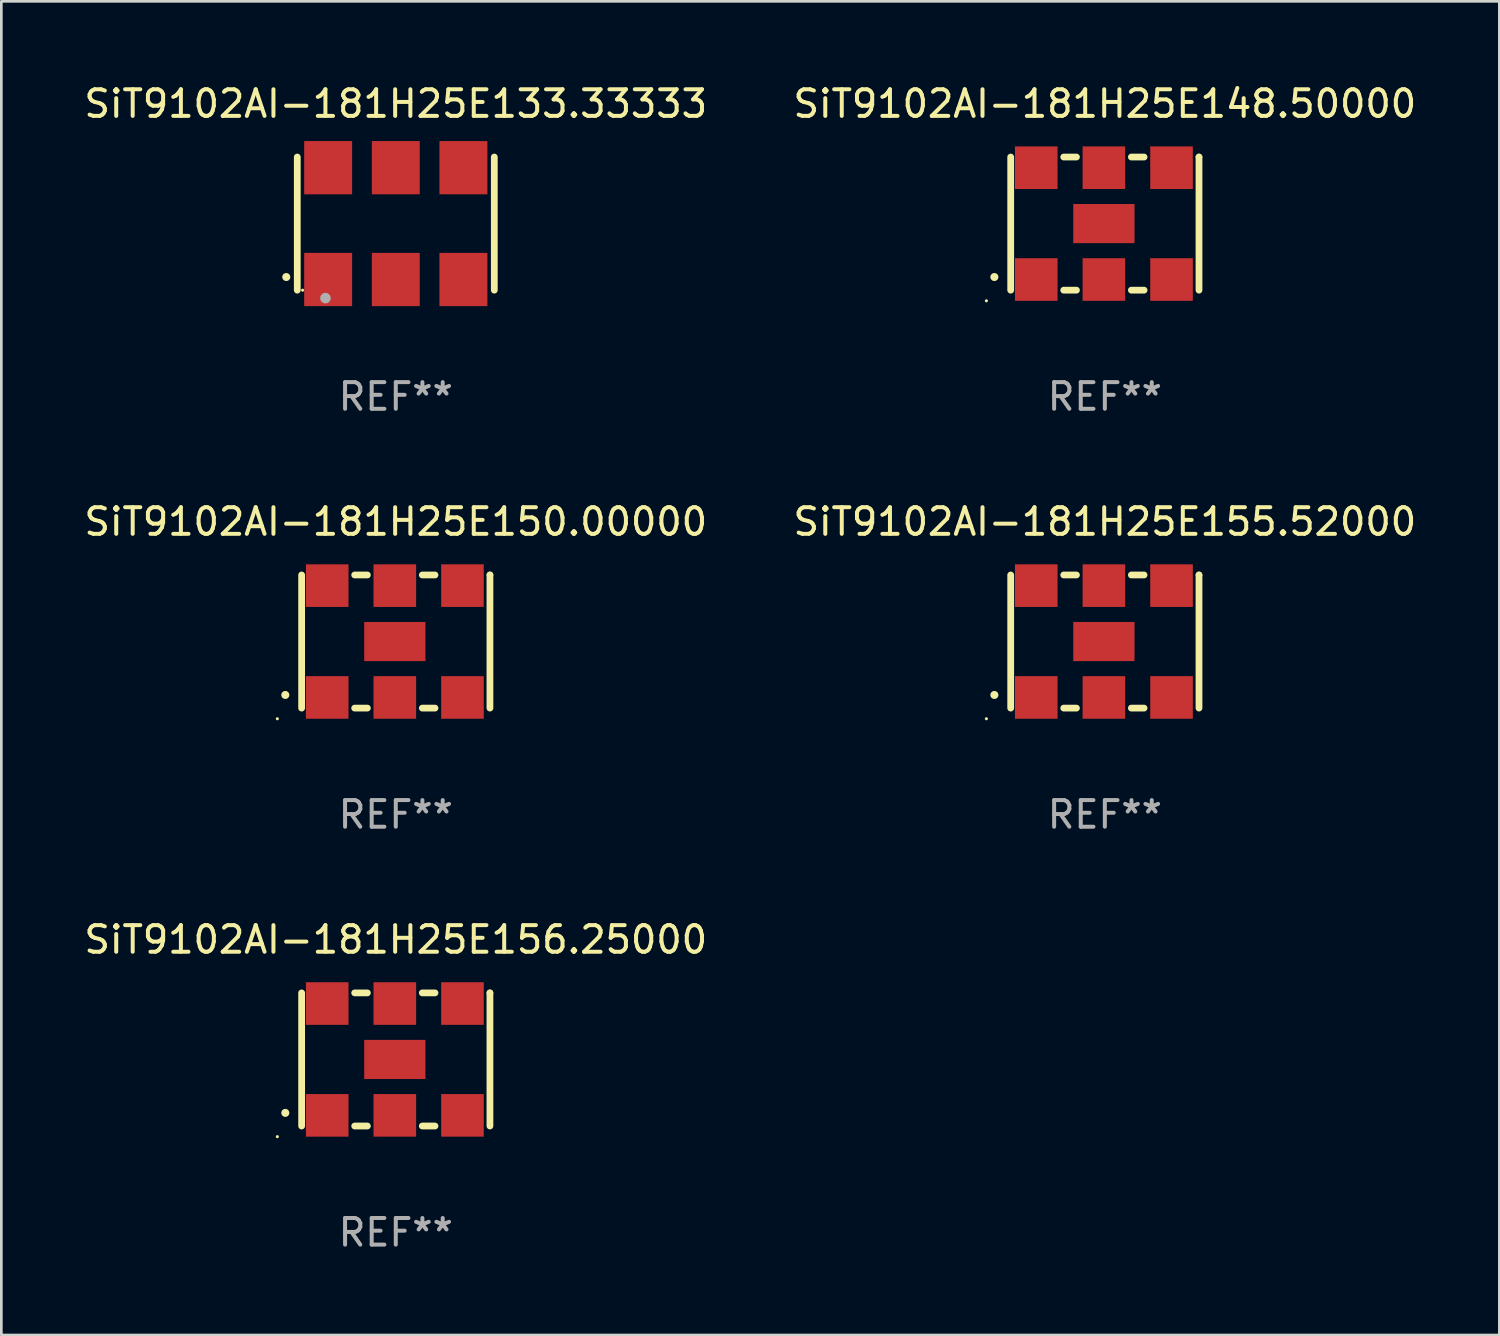
<source format=kicad_pcb>
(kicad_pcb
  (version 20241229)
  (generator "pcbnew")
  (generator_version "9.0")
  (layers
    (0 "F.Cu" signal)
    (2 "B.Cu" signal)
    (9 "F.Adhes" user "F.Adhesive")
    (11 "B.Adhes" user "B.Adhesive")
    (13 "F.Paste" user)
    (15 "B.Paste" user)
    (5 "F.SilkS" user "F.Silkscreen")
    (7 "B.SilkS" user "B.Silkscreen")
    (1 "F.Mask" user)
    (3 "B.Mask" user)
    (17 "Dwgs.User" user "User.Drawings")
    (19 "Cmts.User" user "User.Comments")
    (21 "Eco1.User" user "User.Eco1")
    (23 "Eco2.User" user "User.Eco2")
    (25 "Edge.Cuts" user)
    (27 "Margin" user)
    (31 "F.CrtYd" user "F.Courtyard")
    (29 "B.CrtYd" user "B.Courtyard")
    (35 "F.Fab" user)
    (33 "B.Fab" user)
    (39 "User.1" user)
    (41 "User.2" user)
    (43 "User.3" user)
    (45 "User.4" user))
  (footprint "SiT9102AI-181H25E150.00000"
    (layer "F.Cu")
    (at 11.815 21.045)
    (property "Reference" "SiT9102AI-181H25E150.00000" (at 0 -4.5 0) (layer "F.SilkS") (effects (font (size 1 1) (thickness 0.15))))
    (attr through_hole)
    (fp_line (start -3.536 -2.5) (end -3.536 2.5) (stroke (width 0.254) (type solid)) (layer "F.SilkS"))
    (fp_line (start -1.544 2.5) (end -1.067 2.5) (stroke (width 0.254) (type solid)) (layer "F.SilkS"))
    (fp_line (start -1.067 -2.5) (end -1.544 -2.5) (stroke (width 0.254) (type solid)) (layer "F.SilkS"))
    (fp_line (start 0.996 2.5) (end 1.473 2.5) (stroke (width 0.254) (type solid)) (layer "F.SilkS"))
    (fp_line (start 1.473 -2.5) (end 0.996 -2.5) (stroke (width 0.254) (type solid)) (layer "F.SilkS"))
    (fp_line (start 3.536 -2.5) (end 3.536 -2.5) (stroke (width 0.254) (type solid)) (layer "F.SilkS"))
    (fp_line (start 3.536 2.5) (end 3.536 -2.5) (stroke (width 0.254) (type solid)) (layer "F.SilkS"))
    (fp_arc (start -4.150432 2.006604) (mid -4.149162 2.006599) (end -4.147892 2.006604) (stroke (width 0.3) (type solid)) (layer "F.SilkS"))
    (fp_circle (center -4.449 2.9) (end -4.419 2.9) (stroke (width 0.06) (type solid)) (fill no) (layer "F.SilkS"))
    (fp_text user "REF**" (at 0 6.5 0) (layer "F.Fab") (effects (font (size 1 1) (thickness 0.15))))
    (pad "1" smd rect (at -2.576 2.1) (size 1.6 1.6) (layers "F.Cu" "F.Mask" "F.Paste"))
    (pad "2" smd rect (at -0.036 2.1) (size 1.6 1.6) (layers "F.Cu" "F.Mask" "F.Paste"))
    (pad "3" smd rect (at 2.504 2.1) (size 1.6 1.6) (layers "F.Cu" "F.Mask" "F.Paste"))
    (pad "4" smd rect (at 2.504 -2.1) (size 1.6 1.6) (layers "F.Cu" "F.Mask" "F.Paste"))
    (pad "5" smd rect (at -0.036 -2.1) (size 1.6 1.6) (layers "F.Cu" "F.Mask" "F.Paste"))
    (pad "6" smd rect (at -2.576 -2.1) (size 1.6 1.6) (layers "F.Cu" "F.Mask" "F.Paste"))
    (pad "7" smd rect (at -0.036 0) (size 2.3 1.47) (layers "F.Cu" "F.Mask" "F.Paste")))
  (footprint "SiT9102AI-181H25E156.25000"
    (layer "F.Cu")
    (at 11.815 36.741)
    (property "Reference" "SiT9102AI-181H25E156.25000" (at 0 -4.5 0) (layer "F.SilkS") (effects (font (size 1 1) (thickness 0.15))))
    (attr through_hole)
    (fp_line (start -3.536 -2.5) (end -3.536 2.5) (stroke (width 0.254) (type solid)) (layer "F.SilkS"))
    (fp_line (start -1.544 2.5) (end -1.067 2.5) (stroke (width 0.254) (type solid)) (layer "F.SilkS"))
    (fp_line (start -1.067 -2.5) (end -1.544 -2.5) (stroke (width 0.254) (type solid)) (layer "F.SilkS"))
    (fp_line (start 0.996 2.5) (end 1.473 2.5) (stroke (width 0.254) (type solid)) (layer "F.SilkS"))
    (fp_line (start 1.473 -2.5) (end 0.996 -2.5) (stroke (width 0.254) (type solid)) (layer "F.SilkS"))
    (fp_line (start 3.536 -2.5) (end 3.536 -2.5) (stroke (width 0.254) (type solid)) (layer "F.SilkS"))
    (fp_line (start 3.536 2.5) (end 3.536 -2.5) (stroke (width 0.254) (type solid)) (layer "F.SilkS"))
    (fp_arc (start -4.150432 2.006604) (mid -4.149162 2.006599) (end -4.147892 2.006604) (stroke (width 0.3) (type solid)) (layer "F.SilkS"))
    (fp_circle (center -4.449 2.9) (end -4.419 2.9) (stroke (width 0.06) (type solid)) (fill no) (layer "F.SilkS"))
    (fp_text user "REF**" (at 0 6.5 0) (layer "F.Fab") (effects (font (size 1 1) (thickness 0.15))))
    (pad "1" smd rect (at -2.576 2.1) (size 1.6 1.6) (layers "F.Cu" "F.Mask" "F.Paste"))
    (pad "2" smd rect (at -0.036 2.1) (size 1.6 1.6) (layers "F.Cu" "F.Mask" "F.Paste"))
    (pad "3" smd rect (at 2.504 2.1) (size 1.6 1.6) (layers "F.Cu" "F.Mask" "F.Paste"))
    (pad "4" smd rect (at 2.504 -2.1) (size 1.6 1.6) (layers "F.Cu" "F.Mask" "F.Paste"))
    (pad "5" smd rect (at -0.036 -2.1) (size 1.6 1.6) (layers "F.Cu" "F.Mask" "F.Paste"))
    (pad "6" smd rect (at -2.576 -2.1) (size 1.6 1.6) (layers "F.Cu" "F.Mask" "F.Paste"))
    (pad "7" smd rect (at -0.036 0) (size 2.3 1.47) (layers "F.Cu" "F.Mask" "F.Paste")))
  (footprint "SiT9102AI-181H25E148.50000"
    (layer "F.Cu")
    (at 38.446 5.348)
    (property "Reference" "SiT9102AI-181H25E148.50000" (at 0 -4.5 0) (layer "F.SilkS") (effects (font (size 1 1) (thickness 0.15))))
    (attr through_hole)
    (fp_line (start -3.536 -2.5) (end -3.536 2.5) (stroke (width 0.254) (type solid)) (layer "F.SilkS"))
    (fp_line (start -1.544 2.5) (end -1.067 2.5) (stroke (width 0.254) (type solid)) (layer "F.SilkS"))
    (fp_line (start -1.067 -2.5) (end -1.544 -2.5) (stroke (width 0.254) (type solid)) (layer "F.SilkS"))
    (fp_line (start 0.996 2.5) (end 1.473 2.5) (stroke (width 0.254) (type solid)) (layer "F.SilkS"))
    (fp_line (start 1.473 -2.5) (end 0.996 -2.5) (stroke (width 0.254) (type solid)) (layer "F.SilkS"))
    (fp_line (start 3.536 -2.5) (end 3.536 -2.5) (stroke (width 0.254) (type solid)) (layer "F.SilkS"))
    (fp_line (start 3.536 2.5) (end 3.536 -2.5) (stroke (width 0.254) (type solid)) (layer "F.SilkS"))
    (fp_arc (start -4.150432 2.006604) (mid -4.149162 2.006599) (end -4.147892 2.006604) (stroke (width 0.3) (type solid)) (layer "F.SilkS"))
    (fp_circle (center -4.449 2.9) (end -4.419 2.9) (stroke (width 0.06) (type solid)) (fill no) (layer "F.SilkS"))
    (fp_text user "REF**" (at 0 6.5 0) (layer "F.Fab") (effects (font (size 1 1) (thickness 0.15))))
    (pad "1" smd rect (at -2.576 2.1) (size 1.6 1.6) (layers "F.Cu" "F.Mask" "F.Paste"))
    (pad "2" smd rect (at -0.036 2.1) (size 1.6 1.6) (layers "F.Cu" "F.Mask" "F.Paste"))
    (pad "3" smd rect (at 2.504 2.1) (size 1.6 1.6) (layers "F.Cu" "F.Mask" "F.Paste"))
    (pad "4" smd rect (at 2.504 -2.1) (size 1.6 1.6) (layers "F.Cu" "F.Mask" "F.Paste"))
    (pad "5" smd rect (at -0.036 -2.1) (size 1.6 1.6) (layers "F.Cu" "F.Mask" "F.Paste"))
    (pad "6" smd rect (at -2.576 -2.1) (size 1.6 1.6) (layers "F.Cu" "F.Mask" "F.Paste"))
    (pad "7" smd rect (at -0.036 0) (size 2.3 1.47) (layers "F.Cu" "F.Mask" "F.Paste")))
  (footprint "SiT9102AI-181H25E133.33333"
    (layer "F.Cu")
    (at 11.815 5.348)
    (property "Reference" "SiT9102AI-181H25E133.33333" (at 0 -4.5 0) (layer "F.SilkS") (effects (font (size 1 1) (thickness 0.15))))
    (attr through_hole)
    (fp_line (start -3.7 -2.5) (end -3.7 2.5) (stroke (width 0.254) (type solid)) (layer "F.SilkS"))
    (fp_line (start 3.7 -2.5) (end 3.7 2.5) (stroke (width 0.254) (type solid)) (layer "F.SilkS"))
    (fp_arc (start -4.114415 2.006604) (mid -4.113145 2.006599) (end -4.111875 2.006604) (stroke (width 0.3) (type solid)) (layer "F.SilkS"))
    (fp_circle (center -3.5 2.501) (end -3.47 2.501) (stroke (width 0.06) (type solid)) (fill no) (layer "F.SilkS"))
    (fp_circle (center -2.641 2.799) (end -2.541 2.799) (stroke (width 0.2) (type solid)) (fill no) (layer "F.Fab"))
    (fp_text user "REF**" (at 0 6.5 0) (layer "F.Fab") (effects (font (size 1 1) (thickness 0.15))))
    (pad "1" smd rect (at -2.54 2.1) (size 1.8 2) (layers "F.Cu" "F.Mask" "F.Paste"))
    (pad "2" smd rect (at 0.000394 2.1) (size 1.8 2) (layers "F.Cu" "F.Mask" "F.Paste"))
    (pad "3" smd rect (at 2.54 2.1) (size 1.8 2) (layers "F.Cu" "F.Mask" "F.Paste"))
    (pad "4" smd rect (at 2.54 -2.1) (size 1.8 2) (layers "F.Cu" "F.Mask" "F.Paste"))
    (pad "5" smd rect (at 0.000394 -2.1) (size 1.8 2) (layers "F.Cu" "F.Mask" "F.Paste"))
    (pad "6" smd rect (at -2.54 -2.1) (size 1.8 2) (layers "F.Cu" "F.Mask" "F.Paste")))
  (footprint "SiT9102AI-181H25E155.52000"
    (layer "F.Cu")
    (at 38.446 21.045)
    (property "Reference" "SiT9102AI-181H25E155.52000" (at 0 -4.5 0) (layer "F.SilkS") (effects (font (size 1 1) (thickness 0.15))))
    (attr through_hole)
    (fp_line (start -3.536 -2.5) (end -3.536 2.5) (stroke (width 0.254) (type solid)) (layer "F.SilkS"))
    (fp_line (start -1.544 2.5) (end -1.067 2.5) (stroke (width 0.254) (type solid)) (layer "F.SilkS"))
    (fp_line (start -1.067 -2.5) (end -1.544 -2.5) (stroke (width 0.254) (type solid)) (layer "F.SilkS"))
    (fp_line (start 0.996 2.5) (end 1.473 2.5) (stroke (width 0.254) (type solid)) (layer "F.SilkS"))
    (fp_line (start 1.473 -2.5) (end 0.996 -2.5) (stroke (width 0.254) (type solid)) (layer "F.SilkS"))
    (fp_line (start 3.536 -2.5) (end 3.536 -2.5) (stroke (width 0.254) (type solid)) (layer "F.SilkS"))
    (fp_line (start 3.536 2.5) (end 3.536 -2.5) (stroke (width 0.254) (type solid)) (layer "F.SilkS"))
    (fp_arc (start -4.150432 2.006604) (mid -4.149162 2.006599) (end -4.147892 2.006604) (stroke (width 0.3) (type solid)) (layer "F.SilkS"))
    (fp_circle (center -4.449 2.9) (end -4.419 2.9) (stroke (width 0.06) (type solid)) (fill no) (layer "F.SilkS"))
    (fp_text user "REF**" (at 0 6.5 0) (layer "F.Fab") (effects (font (size 1 1) (thickness 0.15))))
    (pad "1" smd rect (at -2.576 2.1) (size 1.6 1.6) (layers "F.Cu" "F.Mask" "F.Paste"))
    (pad "2" smd rect (at -0.036 2.1) (size 1.6 1.6) (layers "F.Cu" "F.Mask" "F.Paste"))
    (pad "3" smd rect (at 2.504 2.1) (size 1.6 1.6) (layers "F.Cu" "F.Mask" "F.Paste"))
    (pad "4" smd rect (at 2.504 -2.1) (size 1.6 1.6) (layers "F.Cu" "F.Mask" "F.Paste"))
    (pad "5" smd rect (at -0.036 -2.1) (size 1.6 1.6) (layers "F.Cu" "F.Mask" "F.Paste"))
    (pad "6" smd rect (at -2.576 -2.1) (size 1.6 1.6) (layers "F.Cu" "F.Mask" "F.Paste"))
    (pad "7" smd rect (at -0.036 0) (size 2.3 1.47) (layers "F.Cu" "F.Mask" "F.Paste")))
  (gr_rect
    (start -3 -3)
    (end 53.262 47.09)
    (stroke (width 0.1) (type default))
    (fill no)
    (layer "Edge.Cuts")))
</source>
